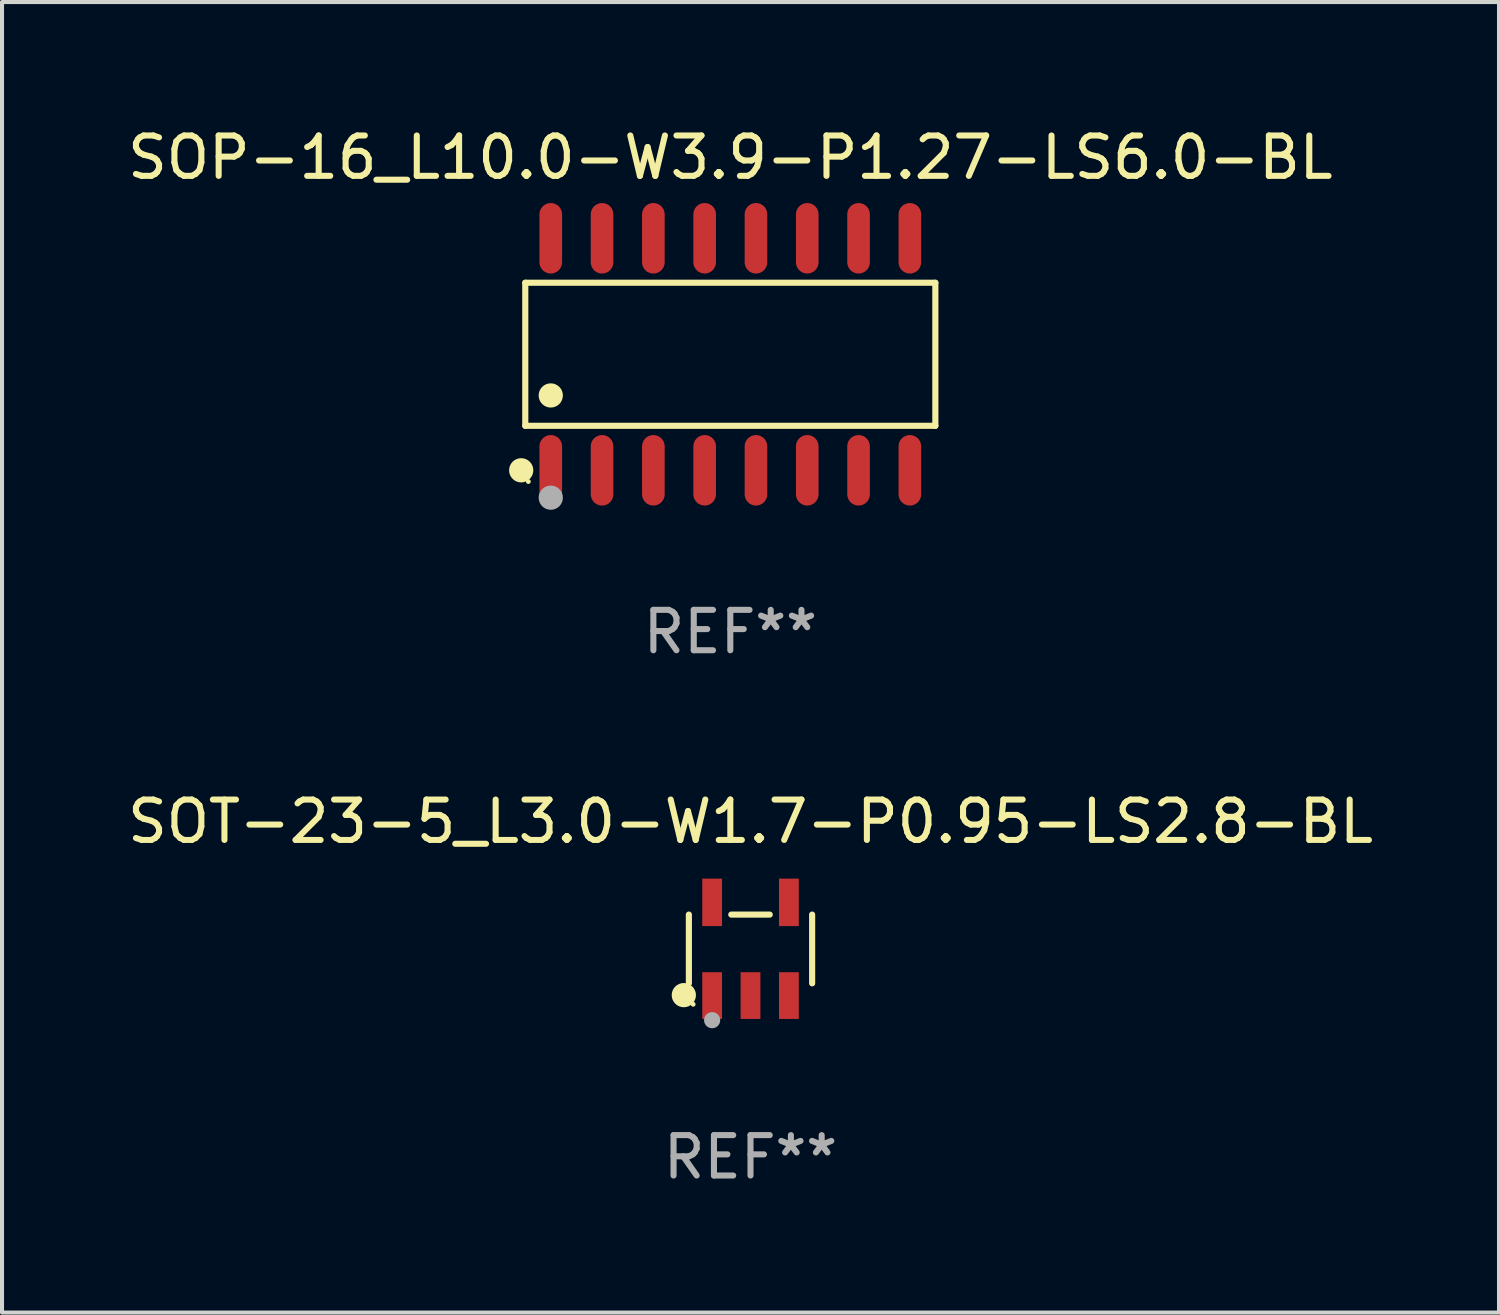
<source format=kicad_pcb>
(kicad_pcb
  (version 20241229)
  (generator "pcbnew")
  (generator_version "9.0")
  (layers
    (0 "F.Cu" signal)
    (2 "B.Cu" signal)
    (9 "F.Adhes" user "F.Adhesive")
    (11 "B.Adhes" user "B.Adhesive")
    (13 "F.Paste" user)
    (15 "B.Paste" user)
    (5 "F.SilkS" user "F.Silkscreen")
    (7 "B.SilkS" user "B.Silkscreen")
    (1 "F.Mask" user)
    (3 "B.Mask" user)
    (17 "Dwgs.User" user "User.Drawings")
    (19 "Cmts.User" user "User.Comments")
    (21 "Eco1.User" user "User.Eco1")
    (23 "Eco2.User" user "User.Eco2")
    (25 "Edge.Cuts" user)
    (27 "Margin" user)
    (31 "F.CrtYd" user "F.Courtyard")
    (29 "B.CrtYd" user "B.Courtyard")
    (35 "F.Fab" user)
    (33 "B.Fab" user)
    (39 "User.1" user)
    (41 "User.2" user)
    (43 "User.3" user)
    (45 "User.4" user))
  (footprint "SOT-23-5_L3.0-W1.7-P0.95-LS2.8-BL"
    (layer "F.Cu")
    (at 15.53 20.443)
    (property "Reference" "SOT-23-5_L3.0-W1.7-P0.95-LS2.8-BL" (at 0 -3.154 0) (layer "F.SilkS") (effects (font (size 1 1) (thickness 0.15))))
    (attr through_hole)
    (fp_line (start -1.526 0.851) (end -1.526 -0.851) (stroke (width 0.152) (type solid)) (layer "F.SilkS"))
    (fp_line (start 0.476 -0.851) (end -0.476 -0.851) (stroke (width 0.152) (type solid)) (layer "F.SilkS"))
    (fp_line (start 1.526 0.851) (end 1.526 -0.851) (stroke (width 0.152) (type solid)) (layer "F.SilkS"))
    (fp_circle (center -1.651 1.143) (end -1.501 1.143) (stroke (width 0.3) (type solid)) (fill no) (layer "F.SilkS"))
    (fp_circle (center -1.42 1.37) (end -1.39 1.37) (stroke (width 0.06) (type solid)) (fill no) (layer "F.SilkS"))
    (fp_circle (center -0.95 1.763) (end -0.85 1.763) (stroke (width 0.2) (type solid)) (fill no) (layer "F.Fab"))
    (fp_text user "REF**" (at 0 5.154 0) (layer "F.Fab") (effects (font (size 1 1) (thickness 0.15))))
    (pad "1" smd rect (at -0.95 1.154) (size 0.49 1.157) (layers "F.Cu" "F.Mask" "F.Paste"))
    (pad "2" smd rect (at 0 1.154) (size 0.49 1.157) (layers "F.Cu" "F.Mask" "F.Paste"))
    (pad "3" smd rect (at 0.95 1.154) (size 0.49 1.157) (layers "F.Cu" "F.Mask" "F.Paste"))
    (pad "4" smd rect (at 0.95 -1.154) (size 0.49 1.175) (layers "F.Cu" "F.Mask" "F.Paste"))
    (pad "5" smd rect (at -0.95 -1.154) (size 0.49 1.175) (layers "F.Cu" "F.Mask" "F.Paste")))
  (footprint "SOP-16_L10.0-W3.9-P1.27-LS6.0-BL"
    (layer "F.Cu")
    (at 15.03 5.721)
    (property "Reference" "SOP-16_L10.0-W3.9-P1.27-LS6.0-BL" (at 0 -4.872 0) (layer "F.SilkS") (effects (font (size 1 1) (thickness 0.15))))
    (attr through_hole)
    (fp_line (start -5.076 -1.771) (end 5.076 -1.771) (stroke (width 0.152) (type solid)) (layer "F.SilkS"))
    (fp_line (start -5.076 1.771) (end -5.076 -1.771) (stroke (width 0.152) (type solid)) (layer "F.SilkS"))
    (fp_line (start 5.076 -1.771) (end 5.076 1.771) (stroke (width 0.152) (type solid)) (layer "F.SilkS"))
    (fp_line (start 5.076 1.771) (end -5.076 1.771) (stroke (width 0.152) (type solid)) (layer "F.SilkS"))
    (fp_circle (center -5.177 2.872) (end -5.027 2.872) (stroke (width 0.3) (type solid)) (fill no) (layer "F.SilkS"))
    (fp_circle (center -5 3.15) (end -4.97 3.15) (stroke (width 0.06) (type solid)) (fill no) (layer "F.SilkS"))
    (fp_circle (center -4.445 1.019) (end -4.295 1.019) (stroke (width 0.3) (type solid)) (fill no) (layer "F.SilkS"))
    (fp_circle (center -4.445 3.55) (end -4.295 3.55) (stroke (width 0.3) (type solid)) (fill no) (layer "F.Fab"))
    (fp_text user "REF**" (at 0 6.872 0) (layer "F.Fab") (effects (font (size 1 1) (thickness 0.15))))
    (pad "1" smd oval (at -4.445 2.872) (size 0.56 1.745) (layers "F.Cu" "F.Mask" "F.Paste"))
    (pad "2" smd oval (at -3.175 2.872) (size 0.56 1.745) (layers "F.Cu" "F.Mask" "F.Paste"))
    (pad "3" smd oval (at -1.905 2.872) (size 0.56 1.745) (layers "F.Cu" "F.Mask" "F.Paste"))
    (pad "4" smd oval (at -0.635 2.872) (size 0.56 1.745) (layers "F.Cu" "F.Mask" "F.Paste"))
    (pad "5" smd oval (at 0.635 2.872) (size 0.56 1.745) (layers "F.Cu" "F.Mask" "F.Paste"))
    (pad "6" smd oval (at 1.905 2.872) (size 0.56 1.745) (layers "F.Cu" "F.Mask" "F.Paste"))
    (pad "7" smd oval (at 3.175 2.872) (size 0.56 1.745) (layers "F.Cu" "F.Mask" "F.Paste"))
    (pad "8" smd oval (at 4.445 2.872) (size 0.56 1.745) (layers "F.Cu" "F.Mask" "F.Paste"))
    (pad "9" smd oval (at 4.445 -2.872) (size 0.56 1.745) (layers "F.Cu" "F.Mask" "F.Paste"))
    (pad "10" smd oval (at 3.175 -2.872) (size 0.56 1.745) (layers "F.Cu" "F.Mask" "F.Paste"))
    (pad "11" smd oval (at 1.905 -2.872) (size 0.56 1.745) (layers "F.Cu" "F.Mask" "F.Paste"))
    (pad "12" smd oval (at 0.635 -2.872) (size 0.56 1.745) (layers "F.Cu" "F.Mask" "F.Paste"))
    (pad "13" smd oval (at -0.635 -2.872) (size 0.56 1.745) (layers "F.Cu" "F.Mask" "F.Paste"))
    (pad "14" smd oval (at -1.905 -2.872) (size 0.56 1.745) (layers "F.Cu" "F.Mask" "F.Paste"))
    (pad "15" smd oval (at -3.175 -2.872) (size 0.56 1.745) (layers "F.Cu" "F.Mask" "F.Paste"))
    (pad "16" smd oval (at -4.445 -2.872) (size 0.56 1.745) (layers "F.Cu" "F.Mask" "F.Paste")))
  (gr_rect
    (start -3 -3)
    (end 34.06 29.445)
    (stroke (width 0.1) (type default))
    (fill no)
    (layer "Edge.Cuts")))
</source>
